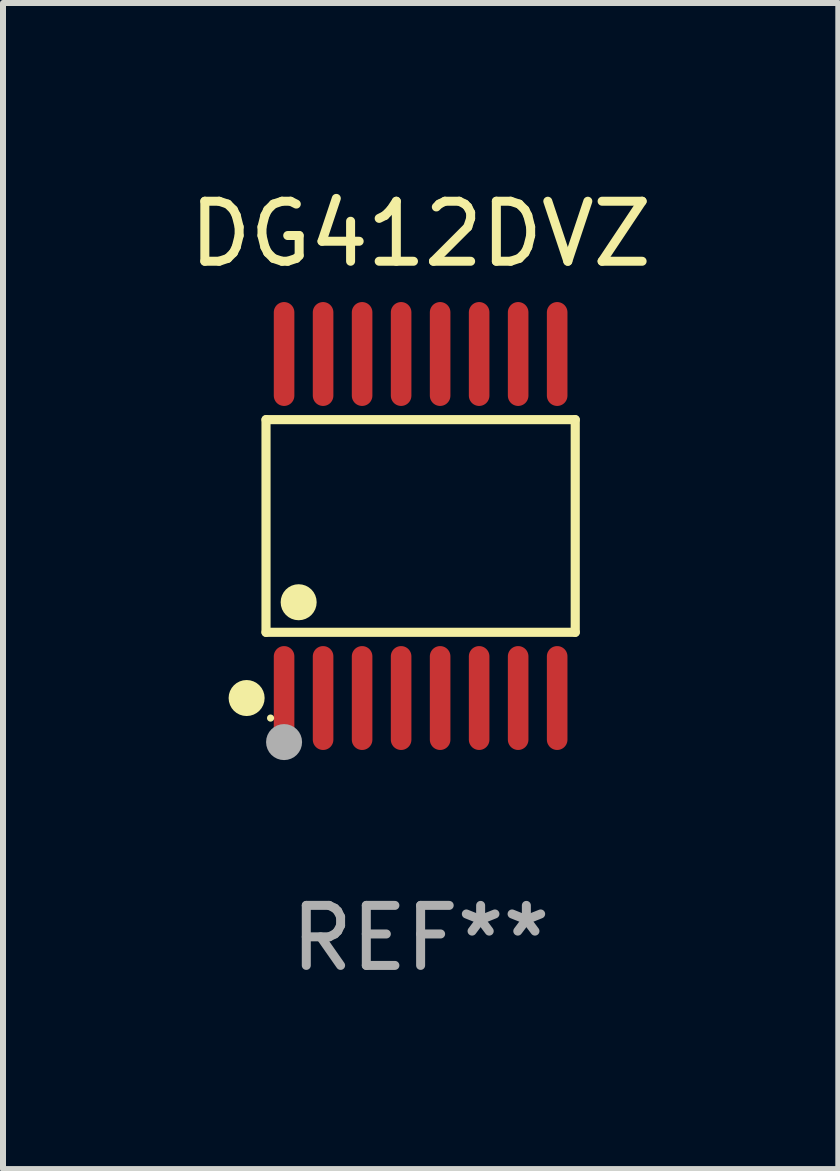
<source format=kicad_pcb>
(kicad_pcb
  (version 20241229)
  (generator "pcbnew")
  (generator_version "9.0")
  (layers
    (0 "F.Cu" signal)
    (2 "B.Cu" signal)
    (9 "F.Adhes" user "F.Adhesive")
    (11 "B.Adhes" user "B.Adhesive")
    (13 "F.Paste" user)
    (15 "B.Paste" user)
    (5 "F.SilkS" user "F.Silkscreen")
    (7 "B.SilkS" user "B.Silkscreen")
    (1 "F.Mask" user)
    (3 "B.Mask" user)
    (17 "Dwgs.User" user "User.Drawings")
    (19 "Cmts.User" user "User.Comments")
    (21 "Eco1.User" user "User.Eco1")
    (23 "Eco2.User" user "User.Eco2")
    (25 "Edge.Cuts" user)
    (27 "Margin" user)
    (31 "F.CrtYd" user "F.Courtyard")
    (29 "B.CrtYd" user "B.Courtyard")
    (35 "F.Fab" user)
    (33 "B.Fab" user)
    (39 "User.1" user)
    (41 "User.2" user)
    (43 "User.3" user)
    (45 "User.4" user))
  (footprint "DG412DVZ"
    (layer "F.Cu")
    (at 3.958 5.714)
    (property "Reference" "DG412DVZ" (at 0 -4.866 0) (layer "F.SilkS") (effects (font (size 1 1) (thickness 0.15))))
    (attr through_hole)
    (fp_line (start -2.576 -1.772) (end 2.576 -1.772) (stroke (width 0.152) (type solid)) (layer "F.SilkS"))
    (fp_line (start -2.576 1.771) (end -2.576 -1.772) (stroke (width 0.152) (type solid)) (layer "F.SilkS"))
    (fp_line (start 2.576 -1.772) (end 2.576 1.771) (stroke (width 0.152) (type solid)) (layer "F.SilkS"))
    (fp_line (start 2.576 1.771) (end -2.576 1.771) (stroke (width 0.152) (type solid)) (layer "F.SilkS"))
    (fp_circle (center -2.899 2.866) (end -2.749 2.866) (stroke (width 0.3) (type solid)) (fill no) (layer "F.SilkS"))
    (fp_circle (center -2.5 3.2) (end -2.47 3.2) (stroke (width 0.06) (type solid)) (fill no) (layer "F.SilkS"))
    (fp_circle (center -2.032 1.27) (end -1.882 1.27) (stroke (width 0.3) (type solid)) (fill no) (layer "F.SilkS"))
    (fp_circle (center -2.275 3.6) (end -2.125 3.6) (stroke (width 0.3) (type solid)) (fill no) (layer "F.Fab"))
    (fp_text user "REF**" (at 0 6.866 0) (layer "F.Fab") (effects (font (size 1 1) (thickness 0.15))))
    (pad "1" smd oval (at -2.275 2.866) (size 0.343 1.731) (layers "F.Cu" "F.Mask" "F.Paste"))
    (pad "2" smd oval (at -1.625 2.866) (size 0.343 1.731) (layers "F.Cu" "F.Mask" "F.Paste"))
    (pad "3" smd oval (at -0.975 2.866) (size 0.343 1.731) (layers "F.Cu" "F.Mask" "F.Paste"))
    (pad "4" smd oval (at -0.325 2.866) (size 0.343 1.731) (layers "F.Cu" "F.Mask" "F.Paste"))
    (pad "5" smd oval (at 0.325 2.866) (size 0.343 1.731) (layers "F.Cu" "F.Mask" "F.Paste"))
    (pad "6" smd oval (at 0.975 2.866) (size 0.343 1.731) (layers "F.Cu" "F.Mask" "F.Paste"))
    (pad "7" smd oval (at 1.625 2.866) (size 0.343 1.731) (layers "F.Cu" "F.Mask" "F.Paste"))
    (pad "8" smd oval (at 2.275 2.866) (size 0.343 1.731) (layers "F.Cu" "F.Mask" "F.Paste"))
    (pad "9" smd oval (at 2.275 -2.866) (size 0.343 1.731) (layers "F.Cu" "F.Mask" "F.Paste"))
    (pad "10" smd oval (at 1.625 -2.866) (size 0.343 1.731) (layers "F.Cu" "F.Mask" "F.Paste"))
    (pad "11" smd oval (at 0.975 -2.866) (size 0.343 1.731) (layers "F.Cu" "F.Mask" "F.Paste"))
    (pad "12" smd oval (at 0.325 -2.866) (size 0.343 1.731) (layers "F.Cu" "F.Mask" "F.Paste"))
    (pad "13" smd oval (at -0.325 -2.866) (size 0.343 1.731) (layers "F.Cu" "F.Mask" "F.Paste"))
    (pad "14" smd oval (at -0.975 -2.866) (size 0.343 1.731) (layers "F.Cu" "F.Mask" "F.Paste"))
    (pad "15" smd oval (at -1.625 -2.866) (size 0.343 1.731) (layers "F.Cu" "F.Mask" "F.Paste"))
    (pad "16" smd oval (at -2.275 -2.866) (size 0.343 1.731) (layers "F.Cu" "F.Mask" "F.Paste")))
  (gr_rect
    (start -3 -3)
    (end 10.917 16.428)
    (stroke (width 0.1) (type default))
    (fill no)
    (layer "Edge.Cuts")))
</source>
